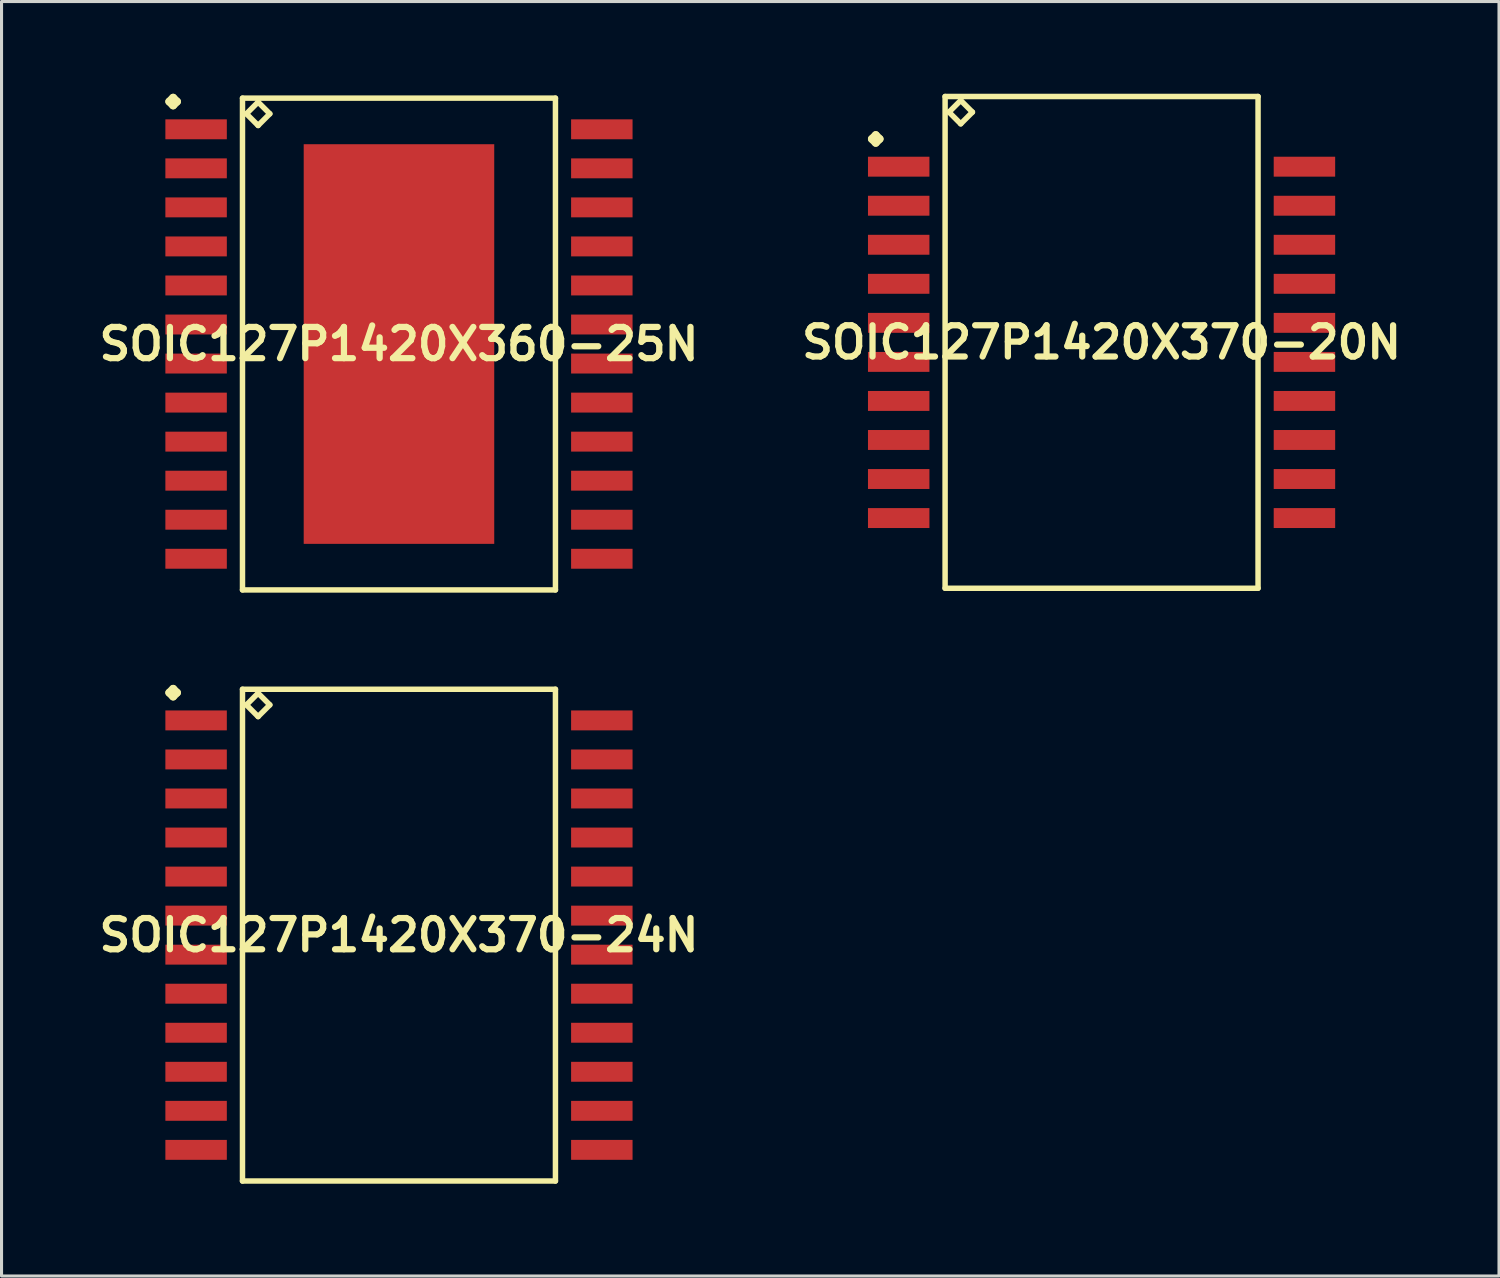
<source format=kicad_pcb>
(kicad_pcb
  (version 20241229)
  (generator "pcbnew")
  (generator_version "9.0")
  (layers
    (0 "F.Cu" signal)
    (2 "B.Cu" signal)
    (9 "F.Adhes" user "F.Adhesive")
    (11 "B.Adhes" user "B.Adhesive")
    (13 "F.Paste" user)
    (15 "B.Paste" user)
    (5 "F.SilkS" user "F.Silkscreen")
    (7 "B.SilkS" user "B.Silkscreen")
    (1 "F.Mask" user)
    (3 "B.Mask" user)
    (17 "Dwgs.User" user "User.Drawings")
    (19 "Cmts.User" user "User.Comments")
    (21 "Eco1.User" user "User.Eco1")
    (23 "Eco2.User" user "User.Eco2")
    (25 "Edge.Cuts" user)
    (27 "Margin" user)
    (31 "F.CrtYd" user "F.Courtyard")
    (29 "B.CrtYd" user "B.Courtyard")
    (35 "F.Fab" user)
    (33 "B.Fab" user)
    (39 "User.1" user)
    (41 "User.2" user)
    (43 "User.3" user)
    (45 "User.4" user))
  (footprint "SOIC127P1420X370-24N"
    (layer "F.Cu")
    (at 9.928 27.369)
    (property "Reference" "SOIC127P1420X370-24N" (at 0 0 0) (layer "F.SilkS") (effects (font (size 1.016 1.016) (thickness 0.203))))
    (attr smd)
    (fp_line (start -7.473 -7.887) (end -7.346 -8.014) (stroke (width 0.254) (type solid)) (layer "F.SilkS"))
    (fp_line (start -7.346 -8.014) (end -7.219 -7.887) (stroke (width 0.254) (type solid)) (layer "F.SilkS"))
    (fp_line (start -7.346 -7.76) (end -7.473 -7.887) (stroke (width 0.254) (type solid)) (layer "F.SilkS"))
    (fp_line (start -7.219 -7.887) (end -7.346 -7.76) (stroke (width 0.254) (type solid)) (layer "F.SilkS"))
    (fp_line (start -5.09 -7.998) (end -5.09 7.998) (stroke (width 0.178) (type solid)) (layer "F.SilkS"))
    (fp_line (start -5.09 7.998) (end 5.09 7.998) (stroke (width 0.178) (type solid)) (layer "F.SilkS"))
    (fp_line (start -4.963 -7.49) (end -4.582 -7.871) (stroke (width 0.178) (type solid)) (layer "F.SilkS"))
    (fp_line (start -4.582 -7.871) (end -4.201 -7.49) (stroke (width 0.178) (type solid)) (layer "F.SilkS"))
    (fp_line (start -4.582 -7.109) (end -4.963 -7.49) (stroke (width 0.178) (type solid)) (layer "F.SilkS"))
    (fp_line (start -4.201 -7.49) (end -4.582 -7.109) (stroke (width 0.178) (type solid)) (layer "F.SilkS"))
    (fp_line (start 5.09 -7.998) (end -5.09 -7.998) (stroke (width 0.178) (type solid)) (layer "F.SilkS"))
    (fp_line (start 5.09 7.998) (end 5.09 -7.998) (stroke (width 0.178) (type solid)) (layer "F.SilkS"))
    (pad "1" smd rect (at -6.599 -6.985) (size 1.999 0.648) (layers "F.Cu" "F.Mask" "F.Paste"))
    (pad "2" smd rect (at -6.599 -5.715) (size 1.999 0.648) (layers "F.Cu" "F.Mask" "F.Paste"))
    (pad "3" smd rect (at -6.599 -4.445) (size 1.999 0.648) (layers "F.Cu" "F.Mask" "F.Paste"))
    (pad "4" smd rect (at -6.599 -3.175) (size 1.999 0.648) (layers "F.Cu" "F.Mask" "F.Paste"))
    (pad "5" smd rect (at -6.599 -1.905) (size 1.999 0.648) (layers "F.Cu" "F.Mask" "F.Paste"))
    (pad "6" smd rect (at -6.599 -0.635) (size 1.999 0.648) (layers "F.Cu" "F.Mask" "F.Paste"))
    (pad "7" smd rect (at -6.599 0.635) (size 1.999 0.648) (layers "F.Cu" "F.Mask" "F.Paste"))
    (pad "8" smd rect (at -6.599 1.905) (size 1.999 0.648) (layers "F.Cu" "F.Mask" "F.Paste"))
    (pad "9" smd rect (at -6.599 3.175) (size 1.999 0.648) (layers "F.Cu" "F.Mask" "F.Paste"))
    (pad "10" smd rect (at -6.599 4.445) (size 1.999 0.648) (layers "F.Cu" "F.Mask" "F.Paste"))
    (pad "11" smd rect (at -6.599 5.715) (size 1.999 0.648) (layers "F.Cu" "F.Mask" "F.Paste"))
    (pad "12" smd rect (at -6.599 6.985) (size 1.999 0.648) (layers "F.Cu" "F.Mask" "F.Paste"))
    (pad "13" smd rect (at 6.599 6.985) (size 1.999 0.648) (layers "F.Cu" "F.Mask" "F.Paste"))
    (pad "14" smd rect (at 6.599 5.715) (size 1.999 0.648) (layers "F.Cu" "F.Mask" "F.Paste"))
    (pad "15" smd rect (at 6.599 4.445) (size 1.999 0.648) (layers "F.Cu" "F.Mask" "F.Paste"))
    (pad "16" smd rect (at 6.599 3.175) (size 1.999 0.648) (layers "F.Cu" "F.Mask" "F.Paste"))
    (pad "17" smd rect (at 6.599 1.905) (size 1.999 0.648) (layers "F.Cu" "F.Mask" "F.Paste"))
    (pad "18" smd rect (at 6.599 0.635) (size 1.999 0.648) (layers "F.Cu" "F.Mask" "F.Paste"))
    (pad "19" smd rect (at 6.599 -0.635) (size 1.999 0.648) (layers "F.Cu" "F.Mask" "F.Paste"))
    (pad "20" smd rect (at 6.599 -1.905) (size 1.999 0.648) (layers "F.Cu" "F.Mask" "F.Paste"))
    (pad "21" smd rect (at 6.599 -3.175) (size 1.999 0.648) (layers "F.Cu" "F.Mask" "F.Paste"))
    (pad "22" smd rect (at 6.599 -4.445) (size 1.999 0.648) (layers "F.Cu" "F.Mask" "F.Paste"))
    (pad "23" smd rect (at 6.599 -5.715) (size 1.999 0.648) (layers "F.Cu" "F.Mask" "F.Paste"))
    (pad "24" smd rect (at 6.599 -6.985) (size 1.999 0.648) (layers "F.Cu" "F.Mask" "F.Paste")))
  (footprint "SOIC127P1420X370-20N"
    (layer "F.Cu")
    (at 32.783 8.087)
    (property "Reference" "SOIC127P1420X370-20N" (at 0 0 0) (layer "F.SilkS") (effects (font (size 1.016 1.016) (thickness 0.203))))
    (attr smd)
    (fp_line (start -7.473 -6.617) (end -7.346 -6.744) (stroke (width 0.254) (type solid)) (layer "F.SilkS"))
    (fp_line (start -7.346 -6.744) (end -7.219 -6.617) (stroke (width 0.254) (type solid)) (layer "F.SilkS"))
    (fp_line (start -7.346 -6.49) (end -7.473 -6.617) (stroke (width 0.254) (type solid)) (layer "F.SilkS"))
    (fp_line (start -7.219 -6.617) (end -7.346 -6.49) (stroke (width 0.254) (type solid)) (layer "F.SilkS"))
    (fp_line (start -5.09 -7.998) (end -5.09 7.998) (stroke (width 0.178) (type solid)) (layer "F.SilkS"))
    (fp_line (start -5.09 7.998) (end 5.09 7.998) (stroke (width 0.178) (type solid)) (layer "F.SilkS"))
    (fp_line (start -4.963 -7.49) (end -4.582 -7.871) (stroke (width 0.178) (type solid)) (layer "F.SilkS"))
    (fp_line (start -4.582 -7.871) (end -4.201 -7.49) (stroke (width 0.178) (type solid)) (layer "F.SilkS"))
    (fp_line (start -4.582 -7.109) (end -4.963 -7.49) (stroke (width 0.178) (type solid)) (layer "F.SilkS"))
    (fp_line (start -4.201 -7.49) (end -4.582 -7.109) (stroke (width 0.178) (type solid)) (layer "F.SilkS"))
    (fp_line (start 5.09 -7.998) (end -5.09 -7.998) (stroke (width 0.178) (type solid)) (layer "F.SilkS"))
    (fp_line (start 5.09 7.998) (end 5.09 -7.998) (stroke (width 0.178) (type solid)) (layer "F.SilkS"))
    (pad "1" smd rect (at -6.599 -5.715) (size 1.999 0.648) (layers "F.Cu" "F.Mask" "F.Paste"))
    (pad "2" smd rect (at -6.599 -4.445) (size 1.999 0.648) (layers "F.Cu" "F.Mask" "F.Paste"))
    (pad "3" smd rect (at -6.599 -3.175) (size 1.999 0.648) (layers "F.Cu" "F.Mask" "F.Paste"))
    (pad "4" smd rect (at -6.599 -1.905) (size 1.999 0.648) (layers "F.Cu" "F.Mask" "F.Paste"))
    (pad "5" smd rect (at -6.599 -0.635) (size 1.999 0.648) (layers "F.Cu" "F.Mask" "F.Paste"))
    (pad "6" smd rect (at -6.599 0.635) (size 1.999 0.648) (layers "F.Cu" "F.Mask" "F.Paste"))
    (pad "7" smd rect (at -6.599 1.905) (size 1.999 0.648) (layers "F.Cu" "F.Mask" "F.Paste"))
    (pad "8" smd rect (at -6.599 3.175) (size 1.999 0.648) (layers "F.Cu" "F.Mask" "F.Paste"))
    (pad "9" smd rect (at -6.599 4.445) (size 1.999 0.648) (layers "F.Cu" "F.Mask" "F.Paste"))
    (pad "10" smd rect (at -6.599 5.715) (size 1.999 0.648) (layers "F.Cu" "F.Mask" "F.Paste"))
    (pad "11" smd rect (at 6.599 5.715) (size 1.999 0.648) (layers "F.Cu" "F.Mask" "F.Paste"))
    (pad "12" smd rect (at 6.599 4.445) (size 1.999 0.648) (layers "F.Cu" "F.Mask" "F.Paste"))
    (pad "13" smd rect (at 6.599 3.175) (size 1.999 0.648) (layers "F.Cu" "F.Mask" "F.Paste"))
    (pad "14" smd rect (at 6.599 1.905) (size 1.999 0.648) (layers "F.Cu" "F.Mask" "F.Paste"))
    (pad "15" smd rect (at 6.599 0.635) (size 1.999 0.648) (layers "F.Cu" "F.Mask" "F.Paste"))
    (pad "16" smd rect (at 6.599 -0.635) (size 1.999 0.648) (layers "F.Cu" "F.Mask" "F.Paste"))
    (pad "17" smd rect (at 6.599 -1.905) (size 1.999 0.648) (layers "F.Cu" "F.Mask" "F.Paste"))
    (pad "18" smd rect (at 6.599 -3.175) (size 1.999 0.648) (layers "F.Cu" "F.Mask" "F.Paste"))
    (pad "19" smd rect (at 6.599 -4.445) (size 1.999 0.648) (layers "F.Cu" "F.Mask" "F.Paste"))
    (pad "20" smd rect (at 6.599 -5.715) (size 1.999 0.648) (layers "F.Cu" "F.Mask" "F.Paste")))
  (footprint "SOIC127P1420X360-25N"
    (layer "F.Cu")
    (at 9.928 8.141)
    (property "Reference" "SOIC127P1420X360-25N" (at 0 0 0) (layer "F.SilkS") (effects (font (size 1.016 1.016) (thickness 0.203))))
    (attr smd)
    (fp_line (start -7.473 -7.887) (end -7.346 -8.014) (stroke (width 0.254) (type solid)) (layer "F.SilkS"))
    (fp_line (start -7.346 -8.014) (end -7.219 -7.887) (stroke (width 0.254) (type solid)) (layer "F.SilkS"))
    (fp_line (start -7.346 -7.76) (end -7.473 -7.887) (stroke (width 0.254) (type solid)) (layer "F.SilkS"))
    (fp_line (start -7.219 -7.887) (end -7.346 -7.76) (stroke (width 0.254) (type solid)) (layer "F.SilkS"))
    (fp_line (start -5.09 -7.998) (end -5.09 7.998) (stroke (width 0.178) (type solid)) (layer "F.SilkS"))
    (fp_line (start -5.09 7.998) (end 5.09 7.998) (stroke (width 0.178) (type solid)) (layer "F.SilkS"))
    (fp_line (start -4.963 -7.49) (end -4.582 -7.871) (stroke (width 0.178) (type solid)) (layer "F.SilkS"))
    (fp_line (start -4.582 -7.871) (end -4.201 -7.49) (stroke (width 0.178) (type solid)) (layer "F.SilkS"))
    (fp_line (start -4.582 -7.109) (end -4.963 -7.49) (stroke (width 0.178) (type solid)) (layer "F.SilkS"))
    (fp_line (start -4.201 -7.49) (end -4.582 -7.109) (stroke (width 0.178) (type solid)) (layer "F.SilkS"))
    (fp_line (start 5.09 -7.998) (end -5.09 -7.998) (stroke (width 0.178) (type solid)) (layer "F.SilkS"))
    (fp_line (start 5.09 7.998) (end 5.09 -7.998) (stroke (width 0.178) (type solid)) (layer "F.SilkS"))
    (pad "1" smd rect (at -6.599 -6.985) (size 1.999 0.648) (layers "F.Cu" "F.Mask" "F.Paste"))
    (pad "2" smd rect (at -6.599 -5.715) (size 1.999 0.648) (layers "F.Cu" "F.Mask" "F.Paste"))
    (pad "3" smd rect (at -6.599 -4.445) (size 1.999 0.648) (layers "F.Cu" "F.Mask" "F.Paste"))
    (pad "4" smd rect (at -6.599 -3.175) (size 1.999 0.648) (layers "F.Cu" "F.Mask" "F.Paste"))
    (pad "5" smd rect (at -6.599 -1.905) (size 1.999 0.648) (layers "F.Cu" "F.Mask" "F.Paste"))
    (pad "6" smd rect (at -6.599 -0.635) (size 1.999 0.648) (layers "F.Cu" "F.Mask" "F.Paste"))
    (pad "7" smd rect (at -6.599 0.635) (size 1.999 0.648) (layers "F.Cu" "F.Mask" "F.Paste"))
    (pad "8" smd rect (at -6.599 1.905) (size 1.999 0.648) (layers "F.Cu" "F.Mask" "F.Paste"))
    (pad "9" smd rect (at -6.599 3.175) (size 1.999 0.648) (layers "F.Cu" "F.Mask" "F.Paste"))
    (pad "10" smd rect (at -6.599 4.445) (size 1.999 0.648) (layers "F.Cu" "F.Mask" "F.Paste"))
    (pad "11" smd rect (at -6.599 5.715) (size 1.999 0.648) (layers "F.Cu" "F.Mask" "F.Paste"))
    (pad "12" smd rect (at -6.599 6.985) (size 1.999 0.648) (layers "F.Cu" "F.Mask" "F.Paste"))
    (pad "13" smd rect (at 6.599 6.985) (size 1.999 0.648) (layers "F.Cu" "F.Mask" "F.Paste"))
    (pad "14" smd rect (at 6.599 5.715) (size 1.999 0.648) (layers "F.Cu" "F.Mask" "F.Paste"))
    (pad "15" smd rect (at 6.599 4.445) (size 1.999 0.648) (layers "F.Cu" "F.Mask" "F.Paste"))
    (pad "16" smd rect (at 6.599 3.175) (size 1.999 0.648) (layers "F.Cu" "F.Mask" "F.Paste"))
    (pad "17" smd rect (at 6.599 1.905) (size 1.999 0.648) (layers "F.Cu" "F.Mask" "F.Paste"))
    (pad "18" smd rect (at 6.599 0.635) (size 1.999 0.648) (layers "F.Cu" "F.Mask" "F.Paste"))
    (pad "19" smd rect (at 6.599 -0.635) (size 1.999 0.648) (layers "F.Cu" "F.Mask" "F.Paste"))
    (pad "20" smd rect (at 6.599 -1.905) (size 1.999 0.648) (layers "F.Cu" "F.Mask" "F.Paste"))
    (pad "21" smd rect (at 6.599 -3.175) (size 1.999 0.648) (layers "F.Cu" "F.Mask" "F.Paste"))
    (pad "22" smd rect (at 6.599 -4.445) (size 1.999 0.648) (layers "F.Cu" "F.Mask" "F.Paste"))
    (pad "23" smd rect (at 6.599 -5.715) (size 1.999 0.648) (layers "F.Cu" "F.Mask" "F.Paste"))
    (pad "24" smd rect (at 6.599 -6.985) (size 1.999 0.648) (layers "F.Cu" "F.Mask" "F.Paste"))
    (pad "25" smd rect (at 0 0) (size 6.198 13) (layers "F.Cu" "F.Mask" "F.Paste")))
  (gr_rect
    (start -3 -3)
    (end 45.711 38.456)
    (stroke (width 0.1) (type default))
    (fill no)
    (layer "Edge.Cuts")))
</source>
